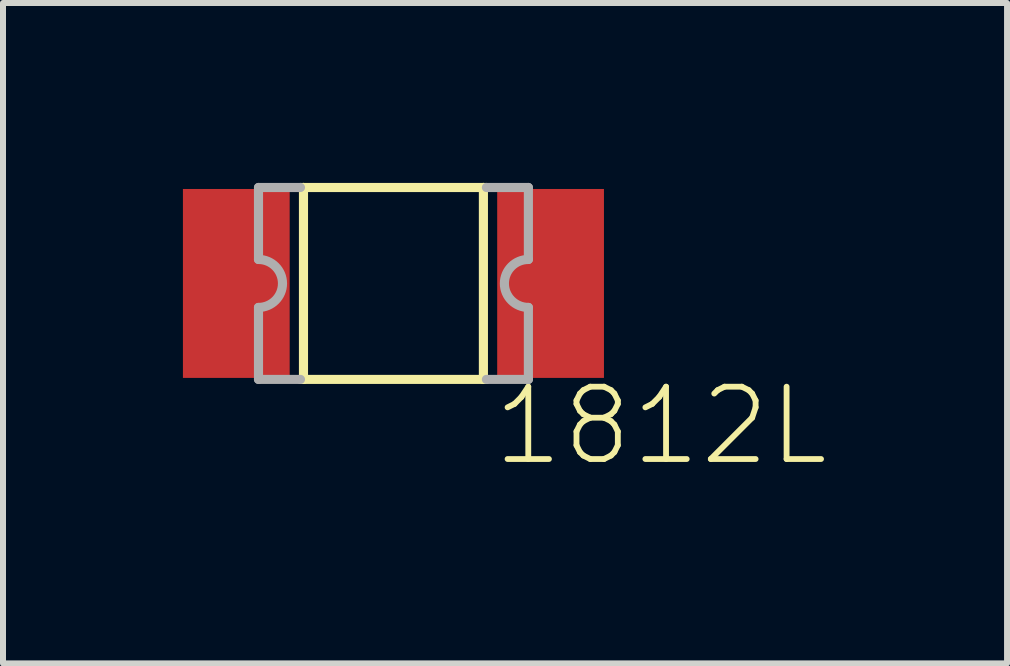
<source format=kicad_pcb>
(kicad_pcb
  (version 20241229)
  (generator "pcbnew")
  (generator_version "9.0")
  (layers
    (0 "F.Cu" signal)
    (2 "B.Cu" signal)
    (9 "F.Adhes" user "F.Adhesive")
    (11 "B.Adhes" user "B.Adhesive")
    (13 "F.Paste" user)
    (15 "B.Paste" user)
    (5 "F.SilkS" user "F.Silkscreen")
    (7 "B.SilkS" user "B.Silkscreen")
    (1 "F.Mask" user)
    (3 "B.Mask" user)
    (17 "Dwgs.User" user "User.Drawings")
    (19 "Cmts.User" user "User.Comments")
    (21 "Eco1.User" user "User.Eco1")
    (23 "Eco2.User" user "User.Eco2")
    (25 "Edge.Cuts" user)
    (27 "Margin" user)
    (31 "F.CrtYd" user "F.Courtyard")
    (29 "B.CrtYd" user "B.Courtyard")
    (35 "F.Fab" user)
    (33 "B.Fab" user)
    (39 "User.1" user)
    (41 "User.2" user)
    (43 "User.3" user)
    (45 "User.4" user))
  (footprint "1812L"
    (layer "F.Cu")
    (at 3.51 1.676)
    (property "Reference" "1812L" (at 1.61 3.08 0) (layer "F.SilkS") (effects (font (size 1.206 1.206) (thickness 0.097)) (justify left bottom)))
    (attr through_hole)
    (fp_line (start -1.55 -1.6) (end -1.5 -1.6) (stroke (width 0.152) (type solid)) (layer "F.SilkS"))
    (fp_line (start -1.55 1.6) (end -1.5 1.6) (stroke (width 0.152) (type solid)) (layer "F.SilkS"))
    (fp_line (start -1.5 -1.6) (end -1.5 1.6) (stroke (width 0.152) (type solid)) (layer "F.SilkS"))
    (fp_line (start -1.5 -1.6) (end 1.5 -1.6) (stroke (width 0.152) (type solid)) (layer "F.SilkS"))
    (fp_line (start -1.5 1.6) (end 1.5 1.6) (stroke (width 0.152) (type solid)) (layer "F.SilkS"))
    (fp_line (start 1.5 -1.6) (end 1.5 1.6) (stroke (width 0.152) (type solid)) (layer "F.SilkS"))
    (fp_line (start 1.5 -1.6) (end 1.55 -1.6) (stroke (width 0.152) (type solid)) (layer "F.SilkS"))
    (fp_line (start 1.5 1.6) (end 1.55 1.6) (stroke (width 0.152) (type solid)) (layer "F.SilkS"))
    (fp_line (start -2.25 -1.6) (end -2.25 -0.4) (stroke (width 0.152) (type solid)) (layer "F.Fab"))
    (fp_line (start -2.25 -1.6) (end -1.55 -1.6) (stroke (width 0.152) (type solid)) (layer "F.Fab"))
    (fp_line (start -2.25 0.4) (end -2.25 1.6) (stroke (width 0.152) (type solid)) (layer "F.Fab"))
    (fp_line (start -2.25 1.6) (end -1.55 1.6) (stroke (width 0.152) (type solid)) (layer "F.Fab"))
    (fp_line (start 2.25 -1.6) (end 1.55 -1.6) (stroke (width 0.152) (type solid)) (layer "F.Fab"))
    (fp_line (start 2.25 -1.6) (end 2.25 -0.4) (stroke (width 0.152) (type solid)) (layer "F.Fab"))
    (fp_line (start 2.25 0.4) (end 2.25 1.6) (stroke (width 0.152) (type solid)) (layer "F.Fab"))
    (fp_line (start 2.25 1.6) (end 1.55 1.6) (stroke (width 0.152) (type solid)) (layer "F.Fab"))
    (fp_arc (start -2.25 -0.4) (mid -1.85 0) (end -2.25 0.4) (stroke (width 0.1524) (type solid)) (layer "F.Fab"))
    (fp_arc (start 2.25 0.4) (mid 1.85 0) (end 2.25 -0.4) (stroke (width 0.1524) (type solid)) (layer "F.Fab"))
    (pad "1" smd rect (at -2.62 0) (size 1.78 3.15) (layers "F.Cu" "F.Mask" "F.Paste"))
    (pad "2" smd rect (at 2.62 0) (size 1.78 3.15) (layers "F.Cu" "F.Mask" "F.Paste")))
  (gr_rect
    (start -3 -3)
    (end 13.741 8.011)
    (stroke (width 0.1) (type default))
    (fill no)
    (layer "Edge.Cuts")))
</source>
